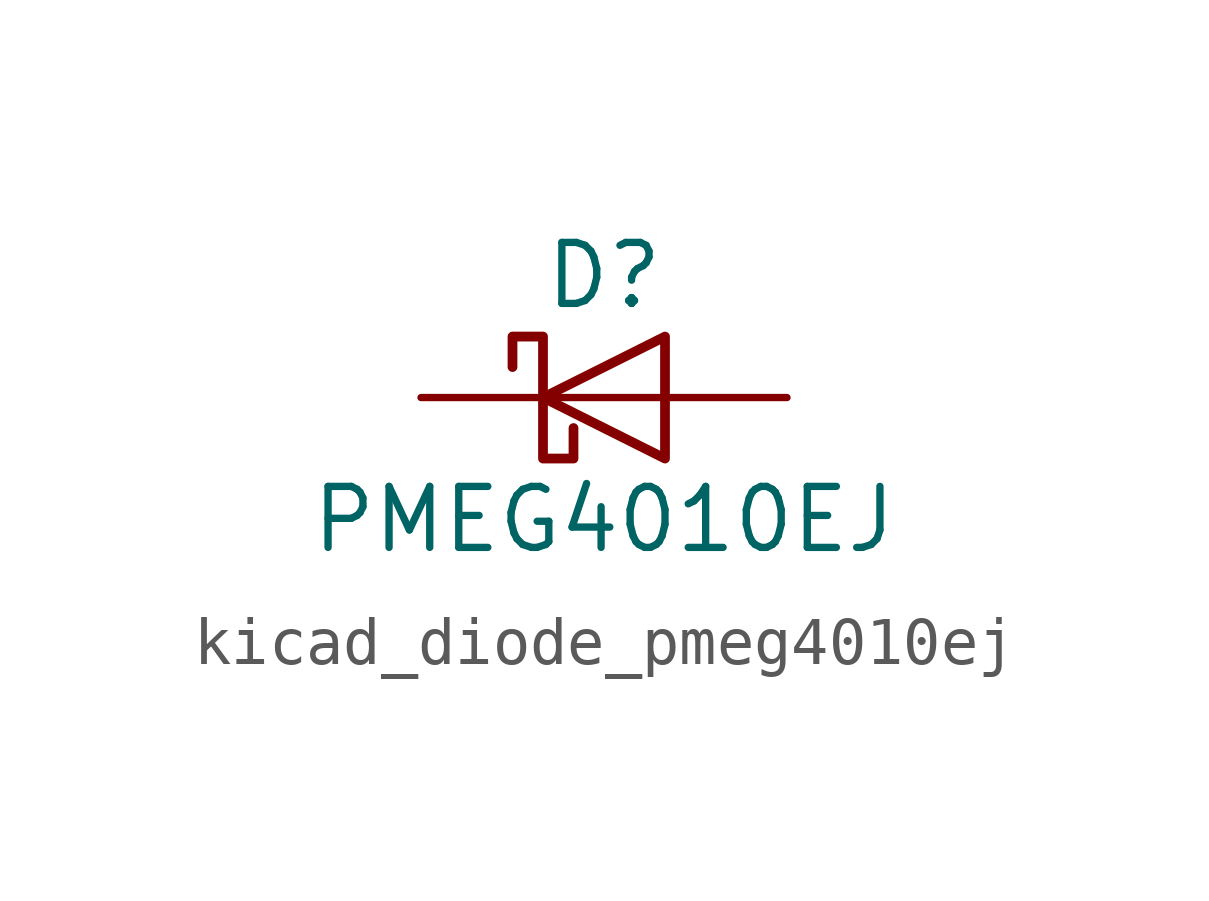
<source format=kicad_sym>
(kicad_symbol_lib
  (version 20220914)
  (generator kicad_symbol_editor)
  (symbol "kicad_diode_pmeg4010ej"
    (pin_numbers hide)
    (pin_names hide)
    (property "Reference" "D"
      (at 0 2.54 0)
      (effects (font (size 1.27 1.27))))
    (property "Value" "PMEG4010EJ"
      (at 0 -2.54 0)
      (effects (font (size 1.27 1.27))))
    (symbol "kicad_diode_pmeg4010ej_0_1"
      (polyline (pts (xy 1.27 0) (xy -1.27 0)) (stroke (width 0) (type default)) (fill (type none)))
      (polyline (pts (xy 1.27 1.27) (xy 1.27 -1.27) (xy -1.27 0) (xy 1.27 1.27)) (stroke (width 0.203) (type default)) (fill (type none)))
      (polyline (pts (xy -1.905 0.635) (xy -1.905 1.27) (xy -1.27 1.27) (xy -1.27 -1.27) (xy -0.635 -1.27) (xy -0.635 -0.635)) (stroke (width 0.203) (type default)) (fill (type none))))
    (symbol "kicad_diode_pmeg4010ej_1_1"
      (pin passive line (at -3.81 0 0) (length 2.54) (name "K" (effects (font (size 1.27 1.27)))) (number "1" (effects (font (size 1.27 1.27)))))
      (pin passive line (at 3.81 0 180) (length 2.54) (name "A" (effects (font (size 1.27 1.27)))) (number "2" (effects (font (size 1.27 1.27))))))))
</source>
